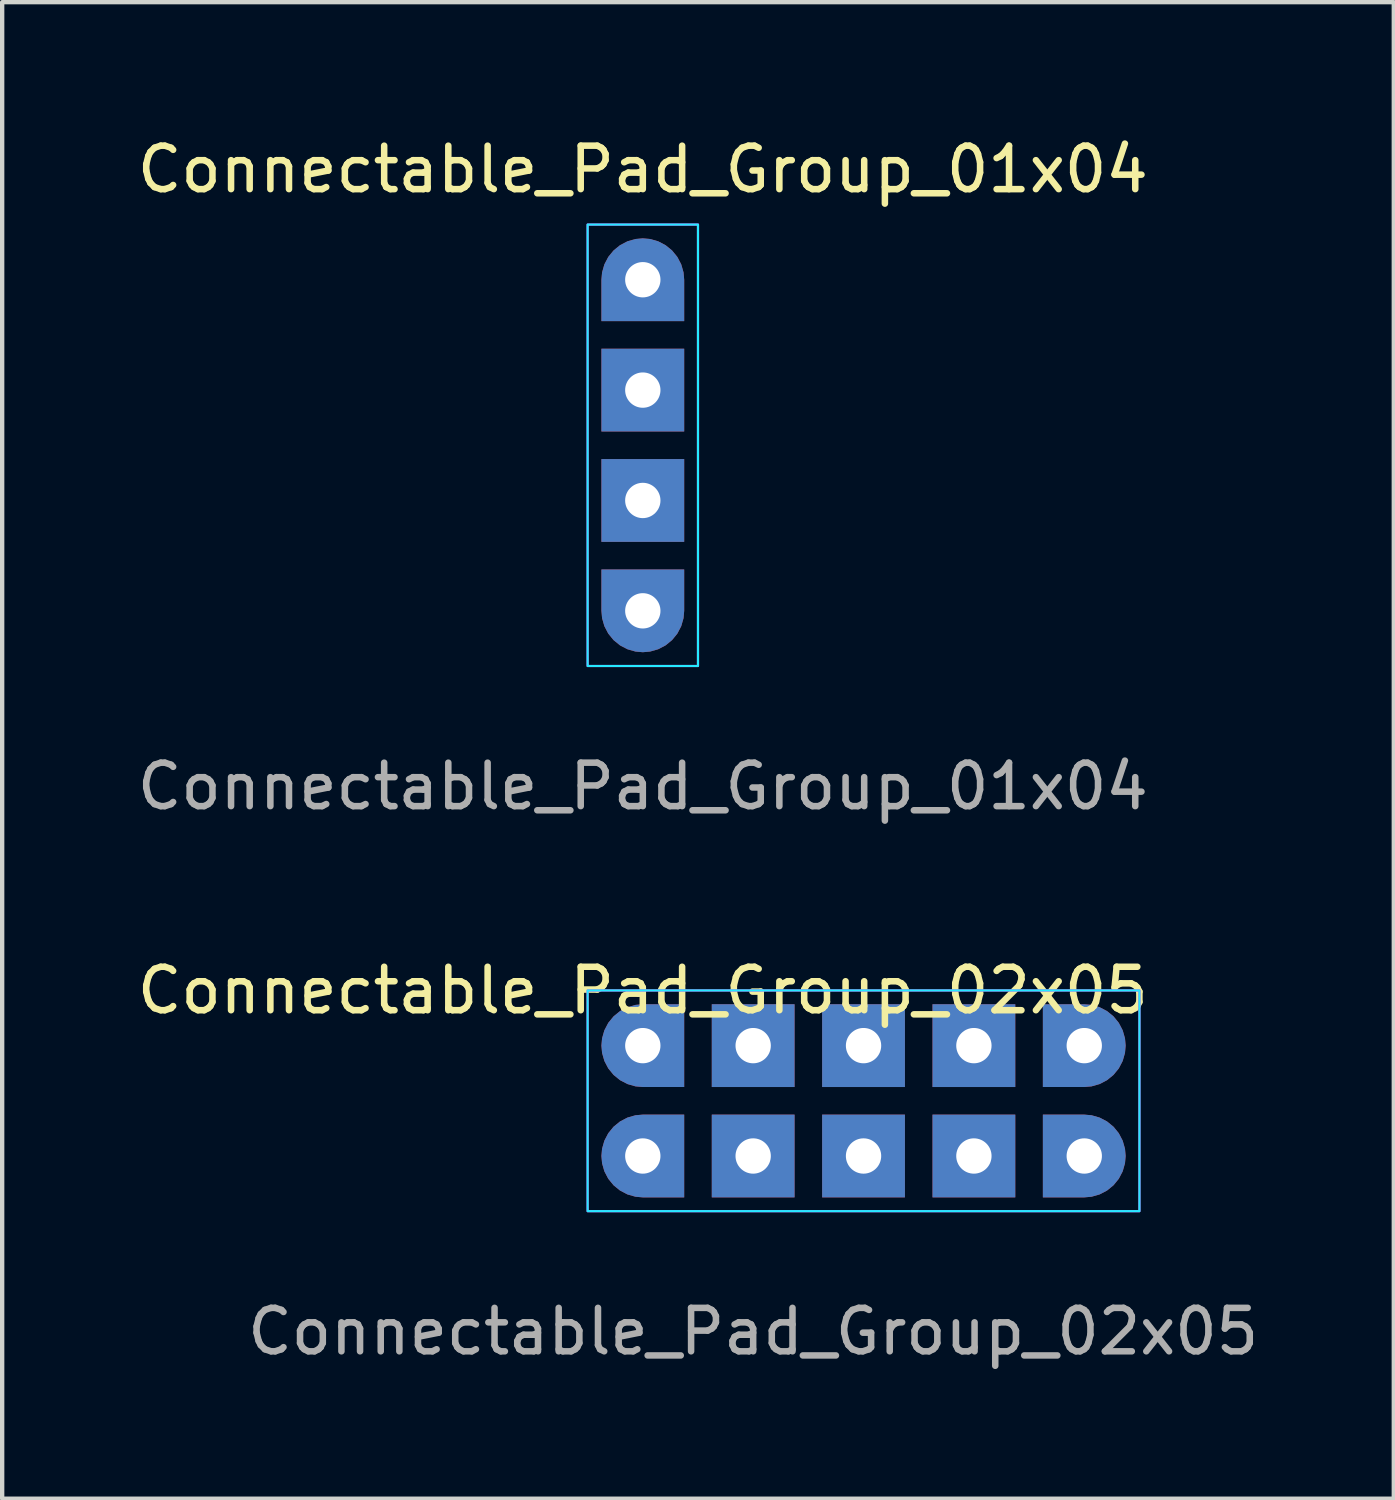
<source format=kicad_pcb>
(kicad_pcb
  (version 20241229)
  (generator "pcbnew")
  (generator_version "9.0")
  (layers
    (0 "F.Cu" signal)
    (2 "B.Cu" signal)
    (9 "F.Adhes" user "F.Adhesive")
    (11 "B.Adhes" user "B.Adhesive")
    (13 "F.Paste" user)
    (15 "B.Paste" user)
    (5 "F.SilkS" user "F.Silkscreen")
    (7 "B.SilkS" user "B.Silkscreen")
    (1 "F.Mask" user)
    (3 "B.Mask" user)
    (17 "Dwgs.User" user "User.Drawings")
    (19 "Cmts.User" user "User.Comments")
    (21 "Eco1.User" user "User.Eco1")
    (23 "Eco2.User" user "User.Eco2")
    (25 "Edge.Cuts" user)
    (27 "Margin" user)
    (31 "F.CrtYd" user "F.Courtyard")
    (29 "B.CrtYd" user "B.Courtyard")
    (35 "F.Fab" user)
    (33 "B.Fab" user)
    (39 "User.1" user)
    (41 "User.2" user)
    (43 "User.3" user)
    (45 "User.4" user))
  (footprint "Connectable_Pad_Group_01x04"
    (layer "F.Cu")
    (at 11.744 3.388)
    (property "Reference" "Connectable_Pad_Group_01x04" (at 0 -2.54 0) (unlocked yes) (layer "F.SilkS") (effects (font (size 1 1) (thickness 0.15))))
    (attr through_hole)
    (fp_rect (start 1.27 8.89) (end -1.27 -1.27) (stroke (width 0.05) (type default)) (fill no) (layer "B.CrtYd"))
    (fp_rect (start -1.27 -1.27) (end 1.27 8.89) (stroke (width 0.05) (type default)) (fill no) (layer "F.CrtYd"))
    (fp_text user "${REFERENCE}" (at 0 11.66 0) (unlocked yes) (layer "F.Fab") (effects (font (size 1 1) (thickness 0.15))))
    (pad "1" thru_hole roundrect (at 0 0) (size 1.905 1.905) (drill 0.813) (layers "*.Cu" "*.Mask") (roundrect_rratio 0.5) (chamfer_ratio 0) (chamfer bottom_left bottom_right))
    (pad "1" thru_hole rect (at 0 2.54) (size 1.905 1.905) (drill 0.813) (layers "*.Cu" "*.Mask"))
    (pad "1" thru_hole rect (at 0 5.08) (size 1.905 1.905) (drill 0.813) (layers "*.Cu" "*.Mask"))
    (pad "1" thru_hole roundrect (at 0 7.62) (size 1.905 1.905) (drill 0.813) (layers "*.Cu" "*.Mask") (roundrect_rratio 0.5) (chamfer_ratio 0) (chamfer top_left top_right)))
  (footprint "Connectable_Pad_Group_02x05"
    (layer "F.Cu")
    (at 11.744 21.015)
    (property "Reference" "Connectable_Pad_Group_02x05" (at 0 -1.27 0) (unlocked yes) (layer "F.SilkS") (effects (font (size 1 1) (thickness 0.15))))
    (attr through_hole)
    (fp_rect (start -1.27 -1.27) (end 11.43 3.81) (stroke (width 0.05) (type default)) (fill no) (layer "B.CrtYd"))
    (fp_rect (start -1.27 -1.27) (end 11.43 3.81) (stroke (width 0.05) (type default)) (fill no) (layer "F.CrtYd"))
    (fp_text user "${REFERENCE}" (at 2.54 6.58 0) (unlocked yes) (layer "F.Fab") (effects (font (size 1 1) (thickness 0.15))))
    (pad "1" thru_hole roundrect (at 0 0) (size 1.905 1.905) (drill 0.813) (layers "*.Cu" "*.Mask") (roundrect_rratio 0.5) (chamfer_ratio 0) (chamfer top_right bottom_right))
    (pad "1" thru_hole rect (at 2.54 0) (size 1.905 1.905) (drill 0.813) (layers "*.Cu" "*.Mask"))
    (pad "1" thru_hole rect (at 5.08 0) (size 1.905 1.905) (drill 0.813) (layers "*.Cu" "*.Mask"))
    (pad "1" thru_hole rect (at 7.62 0) (size 1.905 1.905) (drill 0.813) (layers "*.Cu" "*.Mask"))
    (pad "1" thru_hole roundrect (at 10.16 0) (size 1.905 1.905) (drill 0.813) (layers "*.Cu" "*.Mask") (roundrect_rratio 0.5) (chamfer_ratio 0) (chamfer top_left bottom_left))
    (pad "2" thru_hole roundrect (at 0 2.54) (size 1.905 1.905) (drill 0.813) (layers "*.Cu" "*.Mask") (roundrect_rratio 0.5) (chamfer_ratio 0) (chamfer top_right bottom_right))
    (pad "2" thru_hole rect (at 2.54 2.54) (size 1.905 1.905) (drill 0.813) (layers "*.Cu" "*.Mask"))
    (pad "2" thru_hole rect (at 5.08 2.54) (size 1.905 1.905) (drill 0.813) (layers "*.Cu" "*.Mask"))
    (pad "2" thru_hole rect (at 7.62 2.54) (size 1.905 1.905) (drill 0.813) (layers "*.Cu" "*.Mask"))
    (pad "2" thru_hole roundrect (at 10.16 2.54) (size 1.905 1.905) (drill 0.813) (layers "*.Cu" "*.Mask") (roundrect_rratio 0.5) (chamfer_ratio 0) (chamfer top_left bottom_left)))
  (gr_rect
    (start -3 -3)
    (end 29.028 31.443)
    (stroke (width 0.1) (type default))
    (fill no)
    (layer "Edge.Cuts")))
</source>
